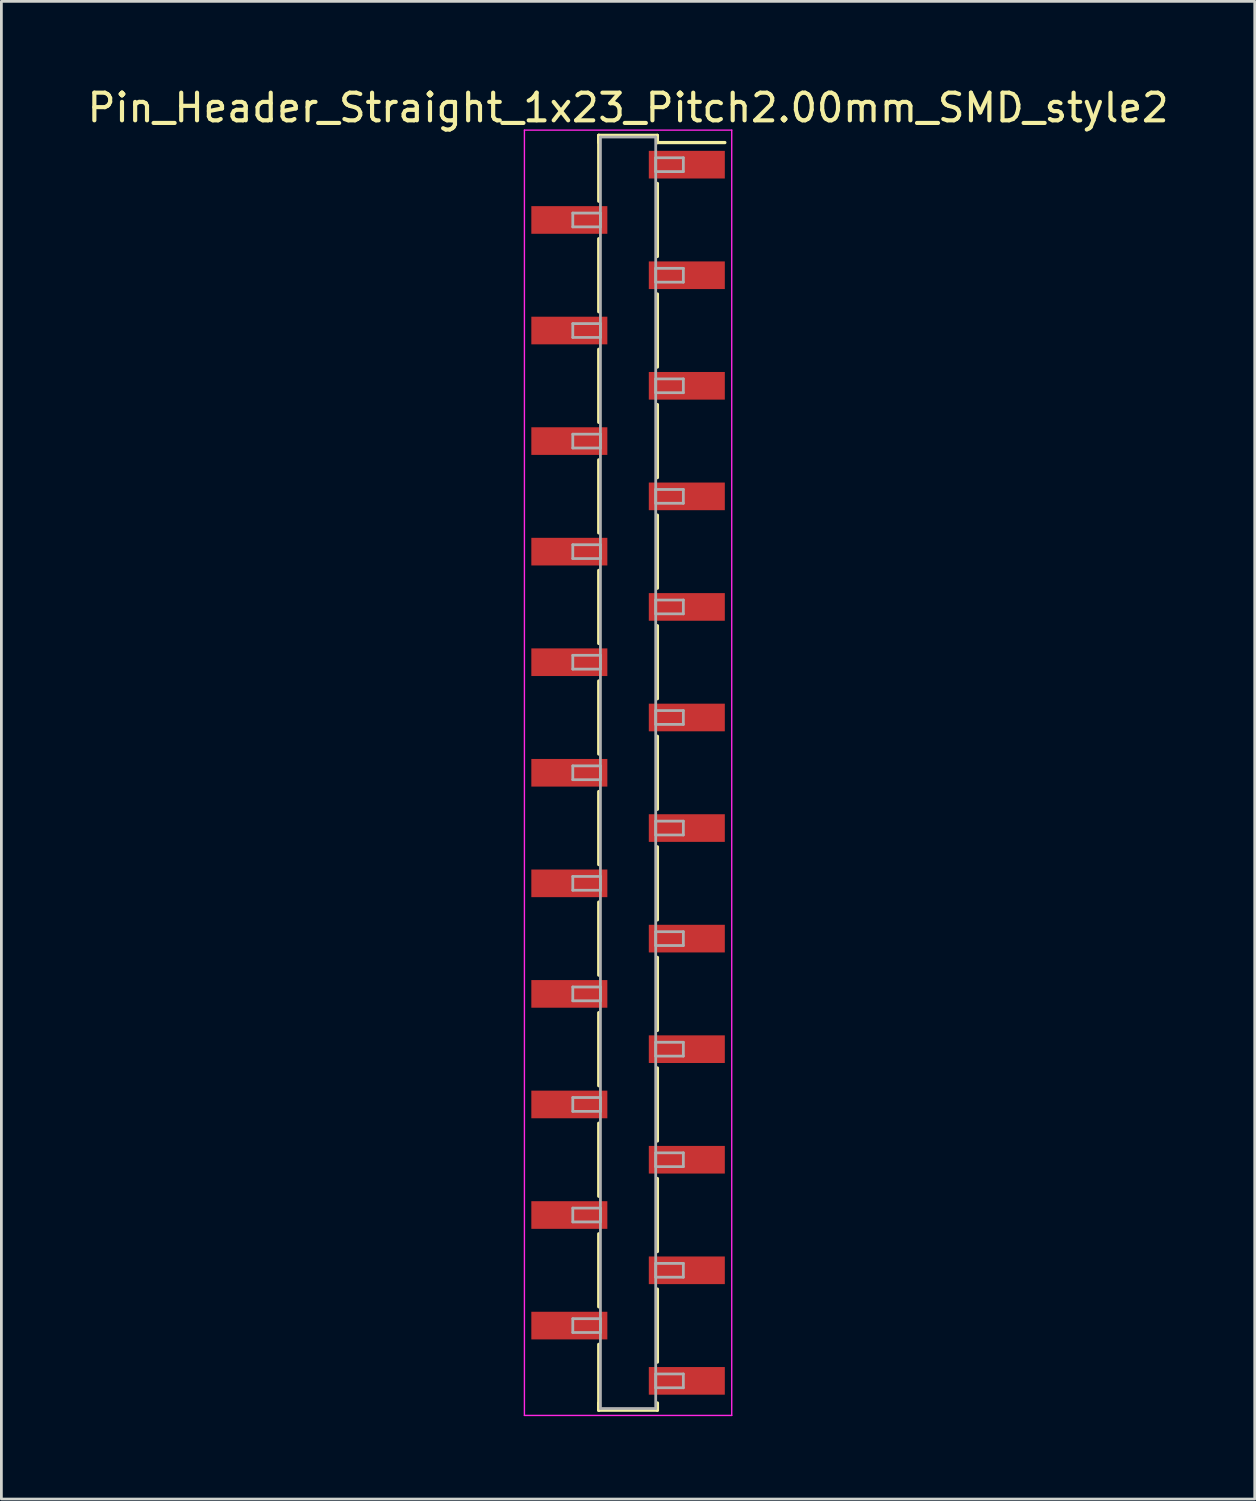
<source format=kicad_pcb>
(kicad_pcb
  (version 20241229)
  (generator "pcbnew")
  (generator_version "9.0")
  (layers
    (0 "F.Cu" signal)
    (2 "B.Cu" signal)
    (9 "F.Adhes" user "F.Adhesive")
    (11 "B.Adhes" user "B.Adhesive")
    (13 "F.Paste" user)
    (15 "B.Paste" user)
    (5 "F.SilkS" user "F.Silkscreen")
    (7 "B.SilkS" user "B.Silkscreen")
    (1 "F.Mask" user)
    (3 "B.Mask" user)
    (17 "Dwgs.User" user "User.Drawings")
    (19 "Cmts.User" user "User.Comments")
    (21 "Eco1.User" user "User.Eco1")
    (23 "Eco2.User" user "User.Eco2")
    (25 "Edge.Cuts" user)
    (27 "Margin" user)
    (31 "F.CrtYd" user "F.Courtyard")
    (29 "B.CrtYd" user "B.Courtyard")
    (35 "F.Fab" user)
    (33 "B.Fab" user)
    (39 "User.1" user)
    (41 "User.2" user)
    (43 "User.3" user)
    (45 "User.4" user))
  (footprint "Pin_Header_Straight_1x23_Pitch2.00mm_SMD_style2"
    (layer "F.Cu")
    (at 19.673 24.908)
    (property "Reference" "Pin_Header_Straight_1x23_Pitch2.00mm_SMD_style2" (at 0 -24.06 0) (layer "F.SilkS") (effects (font (size 1 1) (thickness 0.15))))
    (attr smd)
    (fp_line (start -1.06 -23.06) (end -1.06 -20.68) (stroke (width 0.12) (type solid)) (layer "F.SilkS"))
    (fp_line (start -1.06 -23.06) (end 1.06 -23.06) (stroke (width 0.12) (type solid)) (layer "F.SilkS"))
    (fp_line (start -1.06 -22.8) (end -1.06 -23.06) (stroke (width 0.12) (type solid)) (layer "F.SilkS"))
    (fp_line (start -1.06 -19.32) (end -1.06 -16.68) (stroke (width 0.12) (type solid)) (layer "F.SilkS"))
    (fp_line (start -1.06 -15.32) (end -1.06 -12.68) (stroke (width 0.12) (type solid)) (layer "F.SilkS"))
    (fp_line (start -1.06 -11.32) (end -1.06 -8.68) (stroke (width 0.12) (type solid)) (layer "F.SilkS"))
    (fp_line (start -1.06 -7.32) (end -1.06 -4.68) (stroke (width 0.12) (type solid)) (layer "F.SilkS"))
    (fp_line (start -1.06 -3.32) (end -1.06 -0.68) (stroke (width 0.12) (type solid)) (layer "F.SilkS"))
    (fp_line (start -1.06 0.68) (end -1.06 3.32) (stroke (width 0.12) (type solid)) (layer "F.SilkS"))
    (fp_line (start -1.06 4.68) (end -1.06 7.32) (stroke (width 0.12) (type solid)) (layer "F.SilkS"))
    (fp_line (start -1.06 8.68) (end -1.06 11.32) (stroke (width 0.12) (type solid)) (layer "F.SilkS"))
    (fp_line (start -1.06 12.68) (end -1.06 15.32) (stroke (width 0.12) (type solid)) (layer "F.SilkS"))
    (fp_line (start -1.06 16.68) (end -1.06 19.32) (stroke (width 0.12) (type solid)) (layer "F.SilkS"))
    (fp_line (start -1.06 20.68) (end -1.06 23.06) (stroke (width 0.12) (type solid)) (layer "F.SilkS"))
    (fp_line (start -1.06 22.8) (end -1.06 23.06) (stroke (width 0.12) (type solid)) (layer "F.SilkS"))
    (fp_line (start -1.06 23.06) (end 1.06 23.06) (stroke (width 0.12) (type solid)) (layer "F.SilkS"))
    (fp_line (start 1.06 -23.06) (end 1.06 -22.8) (stroke (width 0.12) (type solid)) (layer "F.SilkS"))
    (fp_line (start 1.06 -22.8) (end 3.5 -22.8) (stroke (width 0.12) (type solid)) (layer "F.SilkS"))
    (fp_line (start 1.06 -21.32) (end 1.06 -18.68) (stroke (width 0.12) (type solid)) (layer "F.SilkS"))
    (fp_line (start 1.06 -17.32) (end 1.06 -14.68) (stroke (width 0.12) (type solid)) (layer "F.SilkS"))
    (fp_line (start 1.06 -13.32) (end 1.06 -10.68) (stroke (width 0.12) (type solid)) (layer "F.SilkS"))
    (fp_line (start 1.06 -9.32) (end 1.06 -6.68) (stroke (width 0.12) (type solid)) (layer "F.SilkS"))
    (fp_line (start 1.06 -5.32) (end 1.06 -2.68) (stroke (width 0.12) (type solid)) (layer "F.SilkS"))
    (fp_line (start 1.06 -1.32) (end 1.06 1.32) (stroke (width 0.12) (type solid)) (layer "F.SilkS"))
    (fp_line (start 1.06 2.68) (end 1.06 5.32) (stroke (width 0.12) (type solid)) (layer "F.SilkS"))
    (fp_line (start 1.06 6.68) (end 1.06 9.32) (stroke (width 0.12) (type solid)) (layer "F.SilkS"))
    (fp_line (start 1.06 10.68) (end 1.06 13.32) (stroke (width 0.12) (type solid)) (layer "F.SilkS"))
    (fp_line (start 1.06 14.68) (end 1.06 17.32) (stroke (width 0.12) (type solid)) (layer "F.SilkS"))
    (fp_line (start 1.06 18.68) (end 1.06 21.32) (stroke (width 0.12) (type solid)) (layer "F.SilkS"))
    (fp_line (start 1.06 23.06) (end 1.06 22.8) (stroke (width 0.12) (type solid)) (layer "F.SilkS"))
    (fp_line (start -3.75 -23.25) (end -3.75 23.25) (stroke (width 0.05) (type solid)) (layer "F.CrtYd"))
    (fp_line (start -3.75 23.25) (end 3.75 23.25) (stroke (width 0.05) (type solid)) (layer "F.CrtYd"))
    (fp_line (start 3.75 -23.25) (end -3.75 -23.25) (stroke (width 0.05) (type solid)) (layer "F.CrtYd"))
    (fp_line (start 3.75 23.25) (end 3.75 -23.25) (stroke (width 0.05) (type solid)) (layer "F.CrtYd"))
    (fp_line (start -2 -20.25) (end -1 -20.25) (stroke (width 0.1) (type solid)) (layer "F.Fab"))
    (fp_line (start -2 -19.75) (end -2 -20.25) (stroke (width 0.1) (type solid)) (layer "F.Fab"))
    (fp_line (start -2 -16.25) (end -1 -16.25) (stroke (width 0.1) (type solid)) (layer "F.Fab"))
    (fp_line (start -2 -15.75) (end -2 -16.25) (stroke (width 0.1) (type solid)) (layer "F.Fab"))
    (fp_line (start -2 -12.25) (end -1 -12.25) (stroke (width 0.1) (type solid)) (layer "F.Fab"))
    (fp_line (start -2 -11.75) (end -2 -12.25) (stroke (width 0.1) (type solid)) (layer "F.Fab"))
    (fp_line (start -2 -8.25) (end -1 -8.25) (stroke (width 0.1) (type solid)) (layer "F.Fab"))
    (fp_line (start -2 -7.75) (end -2 -8.25) (stroke (width 0.1) (type solid)) (layer "F.Fab"))
    (fp_line (start -2 -4.25) (end -1 -4.25) (stroke (width 0.1) (type solid)) (layer "F.Fab"))
    (fp_line (start -2 -3.75) (end -2 -4.25) (stroke (width 0.1) (type solid)) (layer "F.Fab"))
    (fp_line (start -2 -0.25) (end -1 -0.25) (stroke (width 0.1) (type solid)) (layer "F.Fab"))
    (fp_line (start -2 0.25) (end -2 -0.25) (stroke (width 0.1) (type solid)) (layer "F.Fab"))
    (fp_line (start -2 3.75) (end -1 3.75) (stroke (width 0.1) (type solid)) (layer "F.Fab"))
    (fp_line (start -2 4.25) (end -2 3.75) (stroke (width 0.1) (type solid)) (layer "F.Fab"))
    (fp_line (start -2 7.75) (end -1 7.75) (stroke (width 0.1) (type solid)) (layer "F.Fab"))
    (fp_line (start -2 8.25) (end -2 7.75) (stroke (width 0.1) (type solid)) (layer "F.Fab"))
    (fp_line (start -2 11.75) (end -1 11.75) (stroke (width 0.1) (type solid)) (layer "F.Fab"))
    (fp_line (start -2 12.25) (end -2 11.75) (stroke (width 0.1) (type solid)) (layer "F.Fab"))
    (fp_line (start -2 15.75) (end -1 15.75) (stroke (width 0.1) (type solid)) (layer "F.Fab"))
    (fp_line (start -2 16.25) (end -2 15.75) (stroke (width 0.1) (type solid)) (layer "F.Fab"))
    (fp_line (start -2 19.75) (end -1 19.75) (stroke (width 0.1) (type solid)) (layer "F.Fab"))
    (fp_line (start -2 20.25) (end -2 19.75) (stroke (width 0.1) (type solid)) (layer "F.Fab"))
    (fp_line (start -1 -23) (end -1 23) (stroke (width 0.1) (type solid)) (layer "F.Fab"))
    (fp_line (start -1 -20.25) (end -1 -19.75) (stroke (width 0.1) (type solid)) (layer "F.Fab"))
    (fp_line (start -1 -19.75) (end -2 -19.75) (stroke (width 0.1) (type solid)) (layer "F.Fab"))
    (fp_line (start -1 -16.25) (end -1 -15.75) (stroke (width 0.1) (type solid)) (layer "F.Fab"))
    (fp_line (start -1 -15.75) (end -2 -15.75) (stroke (width 0.1) (type solid)) (layer "F.Fab"))
    (fp_line (start -1 -12.25) (end -1 -11.75) (stroke (width 0.1) (type solid)) (layer "F.Fab"))
    (fp_line (start -1 -11.75) (end -2 -11.75) (stroke (width 0.1) (type solid)) (layer "F.Fab"))
    (fp_line (start -1 -8.25) (end -1 -7.75) (stroke (width 0.1) (type solid)) (layer "F.Fab"))
    (fp_line (start -1 -7.75) (end -2 -7.75) (stroke (width 0.1) (type solid)) (layer "F.Fab"))
    (fp_line (start -1 -4.25) (end -1 -3.75) (stroke (width 0.1) (type solid)) (layer "F.Fab"))
    (fp_line (start -1 -3.75) (end -2 -3.75) (stroke (width 0.1) (type solid)) (layer "F.Fab"))
    (fp_line (start -1 -0.25) (end -1 0.25) (stroke (width 0.1) (type solid)) (layer "F.Fab"))
    (fp_line (start -1 0.25) (end -2 0.25) (stroke (width 0.1) (type solid)) (layer "F.Fab"))
    (fp_line (start -1 3.75) (end -1 4.25) (stroke (width 0.1) (type solid)) (layer "F.Fab"))
    (fp_line (start -1 4.25) (end -2 4.25) (stroke (width 0.1) (type solid)) (layer "F.Fab"))
    (fp_line (start -1 7.75) (end -1 8.25) (stroke (width 0.1) (type solid)) (layer "F.Fab"))
    (fp_line (start -1 8.25) (end -2 8.25) (stroke (width 0.1) (type solid)) (layer "F.Fab"))
    (fp_line (start -1 11.75) (end -1 12.25) (stroke (width 0.1) (type solid)) (layer "F.Fab"))
    (fp_line (start -1 12.25) (end -2 12.25) (stroke (width 0.1) (type solid)) (layer "F.Fab"))
    (fp_line (start -1 15.75) (end -1 16.25) (stroke (width 0.1) (type solid)) (layer "F.Fab"))
    (fp_line (start -1 16.25) (end -2 16.25) (stroke (width 0.1) (type solid)) (layer "F.Fab"))
    (fp_line (start -1 19.75) (end -1 20.25) (stroke (width 0.1) (type solid)) (layer "F.Fab"))
    (fp_line (start -1 20.25) (end -2 20.25) (stroke (width 0.1) (type solid)) (layer "F.Fab"))
    (fp_line (start -1 23) (end 1 23) (stroke (width 0.1) (type solid)) (layer "F.Fab"))
    (fp_line (start 1 -23) (end -1 -23) (stroke (width 0.1) (type solid)) (layer "F.Fab"))
    (fp_line (start 1 -22.25) (end 1 -21.75) (stroke (width 0.1) (type solid)) (layer "F.Fab"))
    (fp_line (start 1 -21.75) (end 2 -21.75) (stroke (width 0.1) (type solid)) (layer "F.Fab"))
    (fp_line (start 1 -18.25) (end 1 -17.75) (stroke (width 0.1) (type solid)) (layer "F.Fab"))
    (fp_line (start 1 -17.75) (end 2 -17.75) (stroke (width 0.1) (type solid)) (layer "F.Fab"))
    (fp_line (start 1 -14.25) (end 1 -13.75) (stroke (width 0.1) (type solid)) (layer "F.Fab"))
    (fp_line (start 1 -13.75) (end 2 -13.75) (stroke (width 0.1) (type solid)) (layer "F.Fab"))
    (fp_line (start 1 -10.25) (end 1 -9.75) (stroke (width 0.1) (type solid)) (layer "F.Fab"))
    (fp_line (start 1 -9.75) (end 2 -9.75) (stroke (width 0.1) (type solid)) (layer "F.Fab"))
    (fp_line (start 1 -6.25) (end 1 -5.75) (stroke (width 0.1) (type solid)) (layer "F.Fab"))
    (fp_line (start 1 -5.75) (end 2 -5.75) (stroke (width 0.1) (type solid)) (layer "F.Fab"))
    (fp_line (start 1 -2.25) (end 1 -1.75) (stroke (width 0.1) (type solid)) (layer "F.Fab"))
    (fp_line (start 1 -1.75) (end 2 -1.75) (stroke (width 0.1) (type solid)) (layer "F.Fab"))
    (fp_line (start 1 1.75) (end 1 2.25) (stroke (width 0.1) (type solid)) (layer "F.Fab"))
    (fp_line (start 1 2.25) (end 2 2.25) (stroke (width 0.1) (type solid)) (layer "F.Fab"))
    (fp_line (start 1 5.75) (end 1 6.25) (stroke (width 0.1) (type solid)) (layer "F.Fab"))
    (fp_line (start 1 6.25) (end 2 6.25) (stroke (width 0.1) (type solid)) (layer "F.Fab"))
    (fp_line (start 1 9.75) (end 1 10.25) (stroke (width 0.1) (type solid)) (layer "F.Fab"))
    (fp_line (start 1 10.25) (end 2 10.25) (stroke (width 0.1) (type solid)) (layer "F.Fab"))
    (fp_line (start 1 13.75) (end 1 14.25) (stroke (width 0.1) (type solid)) (layer "F.Fab"))
    (fp_line (start 1 14.25) (end 2 14.25) (stroke (width 0.1) (type solid)) (layer "F.Fab"))
    (fp_line (start 1 17.75) (end 1 18.25) (stroke (width 0.1) (type solid)) (layer "F.Fab"))
    (fp_line (start 1 18.25) (end 2 18.25) (stroke (width 0.1) (type solid)) (layer "F.Fab"))
    (fp_line (start 1 21.75) (end 1 22.25) (stroke (width 0.1) (type solid)) (layer "F.Fab"))
    (fp_line (start 1 22.25) (end 2 22.25) (stroke (width 0.1) (type solid)) (layer "F.Fab"))
    (fp_line (start 1 23) (end 1 -23) (stroke (width 0.1) (type solid)) (layer "F.Fab"))
    (fp_line (start 2 -22.25) (end 1 -22.25) (stroke (width 0.1) (type solid)) (layer "F.Fab"))
    (fp_line (start 2 -21.75) (end 2 -22.25) (stroke (width 0.1) (type solid)) (layer "F.Fab"))
    (fp_line (start 2 -18.25) (end 1 -18.25) (stroke (width 0.1) (type solid)) (layer "F.Fab"))
    (fp_line (start 2 -17.75) (end 2 -18.25) (stroke (width 0.1) (type solid)) (layer "F.Fab"))
    (fp_line (start 2 -14.25) (end 1 -14.25) (stroke (width 0.1) (type solid)) (layer "F.Fab"))
    (fp_line (start 2 -13.75) (end 2 -14.25) (stroke (width 0.1) (type solid)) (layer "F.Fab"))
    (fp_line (start 2 -10.25) (end 1 -10.25) (stroke (width 0.1) (type solid)) (layer "F.Fab"))
    (fp_line (start 2 -9.75) (end 2 -10.25) (stroke (width 0.1) (type solid)) (layer "F.Fab"))
    (fp_line (start 2 -6.25) (end 1 -6.25) (stroke (width 0.1) (type solid)) (layer "F.Fab"))
    (fp_line (start 2 -5.75) (end 2 -6.25) (stroke (width 0.1) (type solid)) (layer "F.Fab"))
    (fp_line (start 2 -2.25) (end 1 -2.25) (stroke (width 0.1) (type solid)) (layer "F.Fab"))
    (fp_line (start 2 -1.75) (end 2 -2.25) (stroke (width 0.1) (type solid)) (layer "F.Fab"))
    (fp_line (start 2 1.75) (end 1 1.75) (stroke (width 0.1) (type solid)) (layer "F.Fab"))
    (fp_line (start 2 2.25) (end 2 1.75) (stroke (width 0.1) (type solid)) (layer "F.Fab"))
    (fp_line (start 2 5.75) (end 1 5.75) (stroke (width 0.1) (type solid)) (layer "F.Fab"))
    (fp_line (start 2 6.25) (end 2 5.75) (stroke (width 0.1) (type solid)) (layer "F.Fab"))
    (fp_line (start 2 9.75) (end 1 9.75) (stroke (width 0.1) (type solid)) (layer "F.Fab"))
    (fp_line (start 2 10.25) (end 2 9.75) (stroke (width 0.1) (type solid)) (layer "F.Fab"))
    (fp_line (start 2 13.75) (end 1 13.75) (stroke (width 0.1) (type solid)) (layer "F.Fab"))
    (fp_line (start 2 14.25) (end 2 13.75) (stroke (width 0.1) (type solid)) (layer "F.Fab"))
    (fp_line (start 2 17.75) (end 1 17.75) (stroke (width 0.1) (type solid)) (layer "F.Fab"))
    (fp_line (start 2 18.25) (end 2 17.75) (stroke (width 0.1) (type solid)) (layer "F.Fab"))
    (fp_line (start 2 21.75) (end 1 21.75) (stroke (width 0.1) (type solid)) (layer "F.Fab"))
    (fp_line (start 2 22.25) (end 2 21.75) (stroke (width 0.1) (type solid)) (layer "F.Fab"))
    (pad "1" smd rect (at 2.125 -22) (size 2.75 1) (layers "F.Cu" "F.Mask"))
    (pad "2" smd rect (at -2.125 -20) (size 2.75 1) (layers "F.Cu" "F.Mask"))
    (pad "3" smd rect (at 2.125 -18) (size 2.75 1) (layers "F.Cu" "F.Mask"))
    (pad "4" smd rect (at -2.125 -16) (size 2.75 1) (layers "F.Cu" "F.Mask"))
    (pad "5" smd rect (at 2.125 -14) (size 2.75 1) (layers "F.Cu" "F.Mask"))
    (pad "6" smd rect (at -2.125 -12) (size 2.75 1) (layers "F.Cu" "F.Mask"))
    (pad "7" smd rect (at 2.125 -10) (size 2.75 1) (layers "F.Cu" "F.Mask"))
    (pad "8" smd rect (at -2.125 -8) (size 2.75 1) (layers "F.Cu" "F.Mask"))
    (pad "9" smd rect (at 2.125 -6) (size 2.75 1) (layers "F.Cu" "F.Mask"))
    (pad "10" smd rect (at -2.125 -4) (size 2.75 1) (layers "F.Cu" "F.Mask"))
    (pad "11" smd rect (at 2.125 -2) (size 2.75 1) (layers "F.Cu" "F.Mask"))
    (pad "12" smd rect (at -2.125 0) (size 2.75 1) (layers "F.Cu" "F.Mask"))
    (pad "13" smd rect (at 2.125 2) (size 2.75 1) (layers "F.Cu" "F.Mask"))
    (pad "14" smd rect (at -2.125 4) (size 2.75 1) (layers "F.Cu" "F.Mask"))
    (pad "15" smd rect (at 2.125 6) (size 2.75 1) (layers "F.Cu" "F.Mask"))
    (pad "16" smd rect (at -2.125 8) (size 2.75 1) (layers "F.Cu" "F.Mask"))
    (pad "17" smd rect (at 2.125 10) (size 2.75 1) (layers "F.Cu" "F.Mask"))
    (pad "18" smd rect (at -2.125 12) (size 2.75 1) (layers "F.Cu" "F.Mask"))
    (pad "19" smd rect (at 2.125 14) (size 2.75 1) (layers "F.Cu" "F.Mask"))
    (pad "20" smd rect (at -2.125 16) (size 2.75 1) (layers "F.Cu" "F.Mask"))
    (pad "21" smd rect (at 2.125 18) (size 2.75 1) (layers "F.Cu" "F.Mask"))
    (pad "22" smd rect (at -2.125 20) (size 2.75 1) (layers "F.Cu" "F.Mask"))
    (pad "23" smd rect (at 2.125 22) (size 2.75 1) (layers "F.Cu" "F.Mask")))
  (gr_rect
    (start -3 -3)
    (end 42.345 51.183)
    (stroke (width 0.1) (type default))
    (fill no)
    (layer "Edge.Cuts")))
</source>
